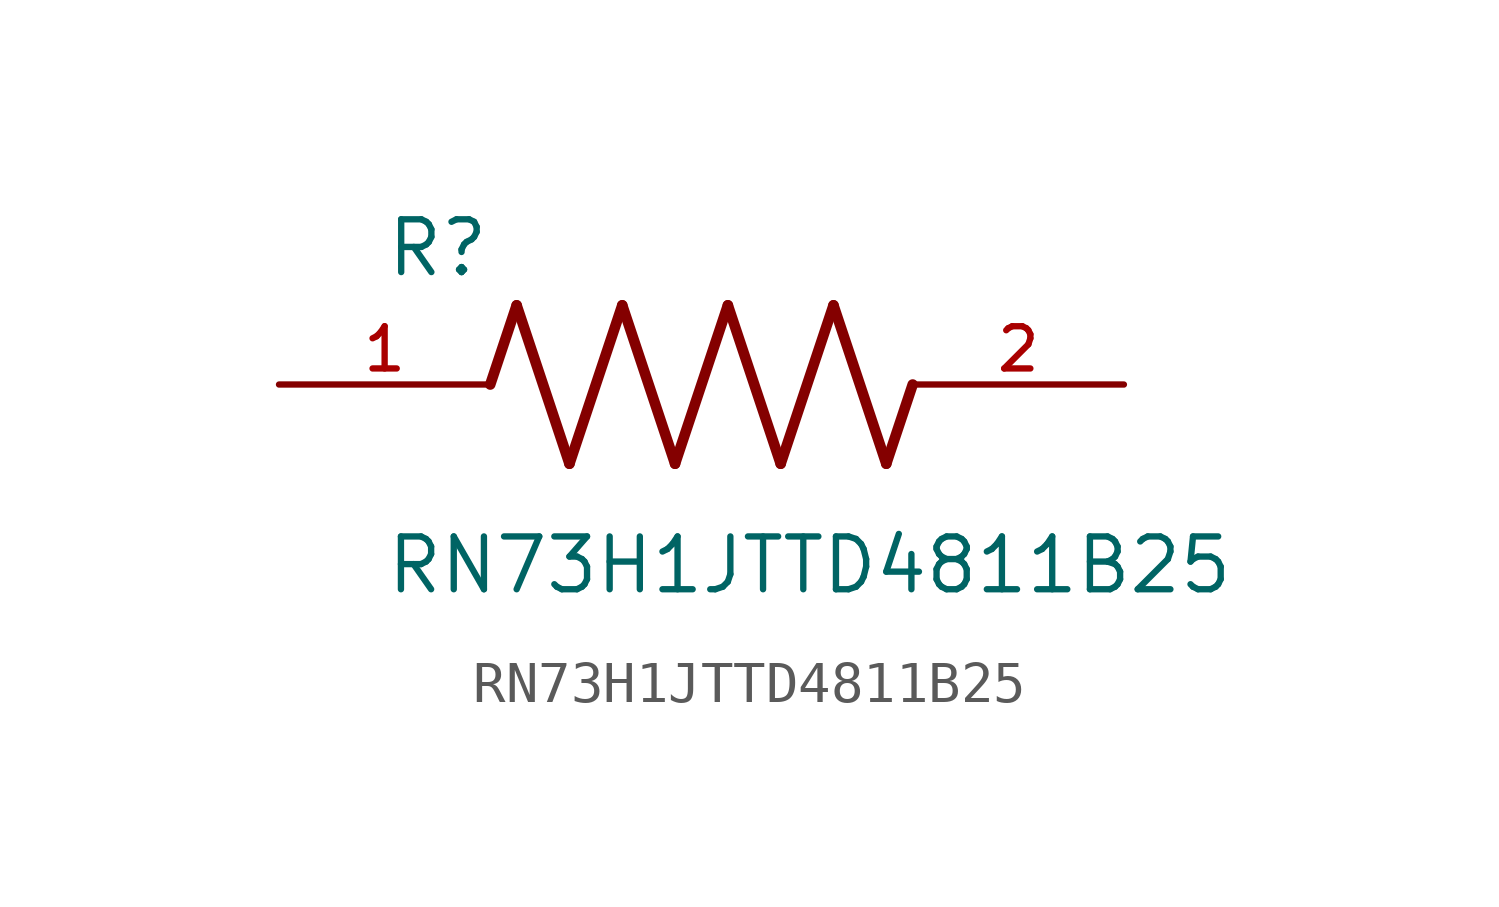
<source format=kicad_sym>
(kicad_symbol_lib
  (version 20211014)
  (generator kicad_symbol_editor)
  (symbol "RN73H1JTTD4811B25"
    (pin_names
      (offset 1.016))
    (property "Reference" "R"
      (at -7.624 2.541 0)
      (effects (font (size 1.27 1.27)) (justify bottom left)))
    (property "Value" "RN73H1JTTD4811B25"
      (at -7.63 -5.087 0)
      (effects (font (size 1.27 1.27)) (justify bottom left)))
    (symbol "RN73H1JTTD4811B25_0_0"
      (polyline (pts (xy -5.08 0.0) (xy -4.445 1.905)) (stroke (width 0.254)))
      (polyline (pts (xy -4.445 1.905) (xy -3.175 -1.905)) (stroke (width 0.254)))
      (polyline (pts (xy -3.175 -1.905) (xy -1.905 1.905)) (stroke (width 0.254)))
      (polyline (pts (xy -1.905 1.905) (xy -0.635 -1.905)) (stroke (width 0.254)))
      (polyline (pts (xy -0.635 -1.905) (xy 0.635 1.905)) (stroke (width 0.254)))
      (polyline (pts (xy 0.635 1.905) (xy 1.905 -1.905)) (stroke (width 0.254)))
      (polyline (pts (xy 1.905 -1.905) (xy 3.175 1.905)) (stroke (width 0.254)))
      (polyline (pts (xy 3.175 1.905) (xy 4.445 -1.905)) (stroke (width 0.254)))
      (polyline (pts (xy 4.445 -1.905) (xy 5.08 0.0)) (stroke (width 0.254)))
      (pin passive line (at -10.16 0.0 0) (length 5.08) (name "~" (effects (font (size 1.016 1.016)))) (number "1" (effects (font (size 1.016 1.016)))))
      (pin passive line (at 10.16 0.0 180.0) (length 5.08) (name "~" (effects (font (size 1.016 1.016)))) (number "2" (effects (font (size 1.016 1.016))))))))
</source>
